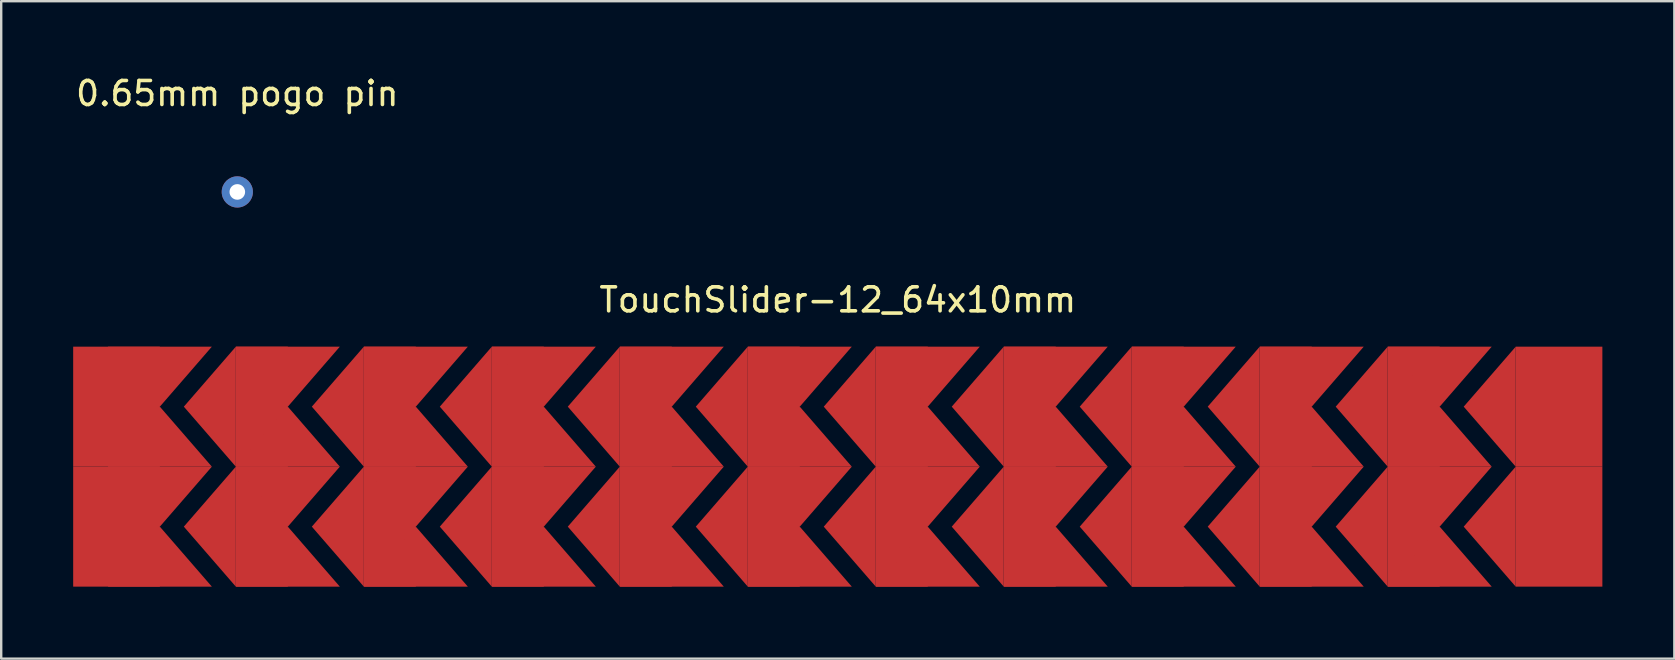
<source format=kicad_pcb>
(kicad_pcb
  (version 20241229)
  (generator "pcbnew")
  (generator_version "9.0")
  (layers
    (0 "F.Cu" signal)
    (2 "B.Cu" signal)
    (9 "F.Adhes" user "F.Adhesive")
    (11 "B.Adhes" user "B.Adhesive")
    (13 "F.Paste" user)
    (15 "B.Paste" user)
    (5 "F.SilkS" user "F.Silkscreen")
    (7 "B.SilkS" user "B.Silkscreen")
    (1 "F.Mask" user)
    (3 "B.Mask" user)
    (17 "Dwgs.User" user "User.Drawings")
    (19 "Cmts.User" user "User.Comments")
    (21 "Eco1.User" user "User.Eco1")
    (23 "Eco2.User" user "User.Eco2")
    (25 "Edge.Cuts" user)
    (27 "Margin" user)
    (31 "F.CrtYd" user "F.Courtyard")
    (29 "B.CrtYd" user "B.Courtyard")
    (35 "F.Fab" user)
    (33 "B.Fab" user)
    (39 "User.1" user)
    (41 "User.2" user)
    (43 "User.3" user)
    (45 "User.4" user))
  (footprint "0.65mm pogo pin"
    (layer "F.Cu")
    (at 6.839 1.348)
    (property "Reference" "0.65mm pogo pin" (at 0 -0.5 0) (unlocked yes) (layer "F.SilkS") (effects (font (size 1 1) (thickness 0.15))))
    (attr through_hole)
    (pad "1" thru_hole circle (at 0 3.6) (size 1.3 1.3) (drill 0.65) (layers "*.Cu" "*.Mask")))
  (footprint "TouchSlider-12_64x10mm"
    (layer "F.Cu")
    (at 31.861 16.396)
    (property "Reference" "TouchSlider-12_64x10mm" (at 0 -6.95 0) (layer "F.SilkS") (effects (font (size 1 1) (thickness 0.15))))
    (attr through_hole)
    (pad "1" smd rect (at -30.056 -2.5) (size 3.611 5) (layers "F.Cu" "F.Mask"))
    (pad "1" smd rect (at -30.056 2.5) (size 3.611 5) (layers "F.Cu" "F.Mask"))
    (pad "1" smd trapezoid (at -28.25 -3.75) (size 2.167 2.5) (rect_delta 0 -2.167) (layers "F.Cu" "F.Mask"))
    (pad "1" smd trapezoid (at -28.25 -1.25) (size 2.167 2.5) (rect_delta 0 2.167) (layers "F.Cu" "F.Mask"))
    (pad "1" smd trapezoid (at -28.25 1.25) (size 2.167 2.5) (rect_delta 0 -2.167) (layers "F.Cu" "F.Mask"))
    (pad "1" smd trapezoid (at -28.25 3.75) (size 2.167 2.5) (rect_delta 0 2.167) (layers "F.Cu" "F.Mask"))
    (pad "2" smd trapezoid (at -26.167 -2.5) (size 2.167 2.5) (rect_delta -2.5 0) (layers "F.Cu" "F.Mask"))
    (pad "2" smd trapezoid (at -26.167 2.5) (size 2.167 2.5) (rect_delta -2.5 0) (layers "F.Cu" "F.Mask"))
    (pad "2" smd rect (at -24 -2.5) (size 2.167 5) (layers "F.Cu" "F.Mask"))
    (pad "2" smd rect (at -24 2.5) (size 2.167 5) (layers "F.Cu" "F.Mask"))
    (pad "2" smd trapezoid (at -22.917 -3.75) (size 2.167 2.5) (rect_delta 0 -2.167) (layers "F.Cu" "F.Mask"))
    (pad "2" smd trapezoid (at -22.917 -1.25) (size 2.167 2.5) (rect_delta 0 2.167) (layers "F.Cu" "F.Mask"))
    (pad "2" smd trapezoid (at -22.917 1.25) (size 2.167 2.5) (rect_delta 0 -2.167) (layers "F.Cu" "F.Mask"))
    (pad "2" smd trapezoid (at -22.917 3.75) (size 2.167 2.5) (rect_delta 0 2.167) (layers "F.Cu" "F.Mask"))
    (pad "3" smd trapezoid (at -20.833 -2.5) (size 2.167 2.5) (rect_delta -2.5 0) (layers "F.Cu" "F.Mask"))
    (pad "3" smd trapezoid (at -20.833 2.5) (size 2.167 2.5) (rect_delta -2.5 0) (layers "F.Cu" "F.Mask"))
    (pad "3" smd rect (at -18.667 -2.5) (size 2.167 5) (layers "F.Cu" "F.Mask"))
    (pad "3" smd rect (at -18.667 2.5) (size 2.167 5) (layers "F.Cu" "F.Mask"))
    (pad "3" smd trapezoid (at -17.583 -3.75) (size 2.167 2.5) (rect_delta 0 -2.167) (layers "F.Cu" "F.Mask"))
    (pad "3" smd trapezoid (at -17.583 -1.25) (size 2.167 2.5) (rect_delta 0 2.167) (layers "F.Cu" "F.Mask"))
    (pad "3" smd trapezoid (at -17.583 1.25) (size 2.167 2.5) (rect_delta 0 -2.167) (layers "F.Cu" "F.Mask"))
    (pad "3" smd trapezoid (at -17.583 3.75) (size 2.167 2.5) (rect_delta 0 2.167) (layers "F.Cu" "F.Mask"))
    (pad "4" smd trapezoid (at -15.5 -2.5) (size 2.167 2.5) (rect_delta -2.5 0) (layers "F.Cu" "F.Mask"))
    (pad "4" smd trapezoid (at -15.5 2.5) (size 2.167 2.5) (rect_delta -2.5 0) (layers "F.Cu" "F.Mask"))
    (pad "4" smd rect (at -13.333 -2.5) (size 2.167 5) (layers "F.Cu" "F.Mask"))
    (pad "4" smd rect (at -13.333 2.5) (size 2.167 5) (layers "F.Cu" "F.Mask"))
    (pad "4" smd trapezoid (at -12.25 -3.75) (size 2.167 2.5) (rect_delta 0 -2.167) (layers "F.Cu" "F.Mask"))
    (pad "4" smd trapezoid (at -12.25 -1.25) (size 2.167 2.5) (rect_delta 0 2.167) (layers "F.Cu" "F.Mask"))
    (pad "4" smd trapezoid (at -12.25 1.25) (size 2.167 2.5) (rect_delta 0 -2.167) (layers "F.Cu" "F.Mask"))
    (pad "4" smd trapezoid (at -12.25 3.75) (size 2.167 2.5) (rect_delta 0 2.167) (layers "F.Cu" "F.Mask"))
    (pad "5" smd trapezoid (at -10.167 -2.5) (size 2.167 2.5) (rect_delta -2.5 0) (layers "F.Cu" "F.Mask"))
    (pad "5" smd trapezoid (at -10.167 2.5) (size 2.167 2.5) (rect_delta -2.5 0) (layers "F.Cu" "F.Mask"))
    (pad "5" smd rect (at -8 -2.5) (size 2.167 5) (layers "F.Cu" "F.Mask"))
    (pad "5" smd rect (at -8 2.5) (size 2.167 5) (layers "F.Cu" "F.Mask"))
    (pad "5" smd trapezoid (at -6.917 -3.75) (size 2.167 2.5) (rect_delta 0 -2.167) (layers "F.Cu" "F.Mask"))
    (pad "5" smd trapezoid (at -6.917 -1.25) (size 2.167 2.5) (rect_delta 0 2.167) (layers "F.Cu" "F.Mask"))
    (pad "5" smd trapezoid (at -6.917 1.25) (size 2.167 2.5) (rect_delta 0 -2.167) (layers "F.Cu" "F.Mask"))
    (pad "5" smd trapezoid (at -6.917 3.75) (size 2.167 2.5) (rect_delta 0 2.167) (layers "F.Cu" "F.Mask"))
    (pad "6" smd trapezoid (at -4.833 -2.5) (size 2.167 2.5) (rect_delta -2.5 0) (layers "F.Cu" "F.Mask"))
    (pad "6" smd trapezoid (at -4.833 2.5) (size 2.167 2.5) (rect_delta -2.5 0) (layers "F.Cu" "F.Mask"))
    (pad "6" smd rect (at -2.667 -2.5) (size 2.167 5) (layers "F.Cu" "F.Mask"))
    (pad "6" smd rect (at -2.667 2.5) (size 2.167 5) (layers "F.Cu" "F.Mask"))
    (pad "6" smd trapezoid (at -1.583 -3.75) (size 2.167 2.5) (rect_delta 0 -2.167) (layers "F.Cu" "F.Mask"))
    (pad "6" smd trapezoid (at -1.583 -1.25) (size 2.167 2.5) (rect_delta 0 2.167) (layers "F.Cu" "F.Mask"))
    (pad "6" smd trapezoid (at -1.583 1.25) (size 2.167 2.5) (rect_delta 0 -2.167) (layers "F.Cu" "F.Mask"))
    (pad "6" smd trapezoid (at -1.583 3.75) (size 2.167 2.5) (rect_delta 0 2.167) (layers "F.Cu" "F.Mask"))
    (pad "7" smd trapezoid (at 0.5 -2.5) (size 2.167 2.5) (rect_delta -2.5 0) (layers "F.Cu" "F.Mask"))
    (pad "7" smd trapezoid (at 0.5 2.5) (size 2.167 2.5) (rect_delta -2.5 0) (layers "F.Cu" "F.Mask"))
    (pad "7" smd rect (at 2.667 -2.5) (size 2.167 5) (layers "F.Cu" "F.Mask"))
    (pad "7" smd rect (at 2.667 2.5) (size 2.167 5) (layers "F.Cu" "F.Mask"))
    (pad "7" smd trapezoid (at 3.75 -3.75) (size 2.167 2.5) (rect_delta 0 -2.167) (layers "F.Cu" "F.Mask"))
    (pad "7" smd trapezoid (at 3.75 -1.25) (size 2.167 2.5) (rect_delta 0 2.167) (layers "F.Cu" "F.Mask"))
    (pad "7" smd trapezoid (at 3.75 1.25) (size 2.167 2.5) (rect_delta 0 -2.167) (layers "F.Cu" "F.Mask"))
    (pad "7" smd trapezoid (at 3.75 3.75) (size 2.167 2.5) (rect_delta 0 2.167) (layers "F.Cu" "F.Mask"))
    (pad "8" smd trapezoid (at 5.833 -2.5) (size 2.167 2.5) (rect_delta -2.5 0) (layers "F.Cu" "F.Mask"))
    (pad "8" smd trapezoid (at 5.833 2.5) (size 2.167 2.5) (rect_delta -2.5 0) (layers "F.Cu" "F.Mask"))
    (pad "8" smd rect (at 8 -2.5) (size 2.167 5) (layers "F.Cu" "F.Mask"))
    (pad "8" smd rect (at 8 2.5) (size 2.167 5) (layers "F.Cu" "F.Mask"))
    (pad "8" smd trapezoid (at 9.083 -3.75) (size 2.167 2.5) (rect_delta 0 -2.167) (layers "F.Cu" "F.Mask"))
    (pad "8" smd trapezoid (at 9.083 -1.25) (size 2.167 2.5) (rect_delta 0 2.167) (layers "F.Cu" "F.Mask"))
    (pad "8" smd trapezoid (at 9.083 1.25) (size 2.167 2.5) (rect_delta 0 -2.167) (layers "F.Cu" "F.Mask"))
    (pad "8" smd trapezoid (at 9.083 3.75) (size 2.167 2.5) (rect_delta 0 2.167) (layers "F.Cu" "F.Mask"))
    (pad "9" smd trapezoid (at 11.167 -2.5) (size 2.167 2.5) (rect_delta -2.5 0) (layers "F.Cu" "F.Mask"))
    (pad "9" smd trapezoid (at 11.167 2.5) (size 2.167 2.5) (rect_delta -2.5 0) (layers "F.Cu" "F.Mask"))
    (pad "9" smd rect (at 13.333 -2.5) (size 2.167 5) (layers "F.Cu" "F.Mask"))
    (pad "9" smd rect (at 13.333 2.5) (size 2.167 5) (layers "F.Cu" "F.Mask"))
    (pad "9" smd trapezoid (at 14.417 -3.75) (size 2.167 2.5) (rect_delta 0 -2.167) (layers "F.Cu" "F.Mask"))
    (pad "9" smd trapezoid (at 14.417 -1.25) (size 2.167 2.5) (rect_delta 0 2.167) (layers "F.Cu" "F.Mask"))
    (pad "9" smd trapezoid (at 14.417 1.25) (size 2.167 2.5) (rect_delta 0 -2.167) (layers "F.Cu" "F.Mask"))
    (pad "9" smd trapezoid (at 14.417 3.75) (size 2.167 2.5) (rect_delta 0 2.167) (layers "F.Cu" "F.Mask"))
    (pad "10" smd trapezoid (at 16.5 -2.5) (size 2.167 2.5) (rect_delta -2.5 0) (layers "F.Cu" "F.Mask"))
    (pad "10" smd trapezoid (at 16.5 2.5) (size 2.167 2.5) (rect_delta -2.5 0) (layers "F.Cu" "F.Mask"))
    (pad "10" smd rect (at 18.667 -2.5) (size 2.167 5) (layers "F.Cu" "F.Mask"))
    (pad "10" smd rect (at 18.667 2.5) (size 2.167 5) (layers "F.Cu" "F.Mask"))
    (pad "10" smd trapezoid (at 19.75 -3.75) (size 2.167 2.5) (rect_delta 0 -2.167) (layers "F.Cu" "F.Mask"))
    (pad "10" smd trapezoid (at 19.75 -1.25) (size 2.167 2.5) (rect_delta 0 2.167) (layers "F.Cu" "F.Mask"))
    (pad "10" smd trapezoid (at 19.75 1.25) (size 2.167 2.5) (rect_delta 0 -2.167) (layers "F.Cu" "F.Mask"))
    (pad "10" smd trapezoid (at 19.75 3.75) (size 2.167 2.5) (rect_delta 0 2.167) (layers "F.Cu" "F.Mask"))
    (pad "11" smd trapezoid (at 21.833 -2.5) (size 2.167 2.5) (rect_delta -2.5 0) (layers "F.Cu" "F.Mask"))
    (pad "11" smd trapezoid (at 21.833 2.5) (size 2.167 2.5) (rect_delta -2.5 0) (layers "F.Cu" "F.Mask"))
    (pad "11" smd rect (at 24 -2.5) (size 2.167 5) (layers "F.Cu" "F.Mask"))
    (pad "11" smd rect (at 24 2.5) (size 2.167 5) (layers "F.Cu" "F.Mask"))
    (pad "11" smd trapezoid (at 25.083 -3.75) (size 2.167 2.5) (rect_delta 0 -2.167) (layers "F.Cu" "F.Mask"))
    (pad "11" smd trapezoid (at 25.083 -1.25) (size 2.167 2.5) (rect_delta 0 2.167) (layers "F.Cu" "F.Mask"))
    (pad "11" smd trapezoid (at 25.083 1.25) (size 2.167 2.5) (rect_delta 0 -2.167) (layers "F.Cu" "F.Mask"))
    (pad "11" smd trapezoid (at 25.083 3.75) (size 2.167 2.5) (rect_delta 0 2.167) (layers "F.Cu" "F.Mask"))
    (pad "12" smd trapezoid (at 27.167 -2.5) (size 2.167 2.5) (rect_delta -2.5 0) (layers "F.Cu" "F.Mask"))
    (pad "12" smd trapezoid (at 27.167 2.5) (size 2.167 2.5) (rect_delta -2.5 0) (layers "F.Cu" "F.Mask"))
    (pad "12" smd rect (at 30.056 -2.5) (size 3.611 5) (layers "F.Cu" "F.Mask"))
    (pad "12" smd rect (at 30.056 2.5) (size 3.611 5) (layers "F.Cu" "F.Mask")))
  (gr_rect
    (start -3 -3)
    (end 66.722 24.396)
    (stroke (width 0.1) (type default))
    (fill no)
    (layer "Edge.Cuts")))
</source>
